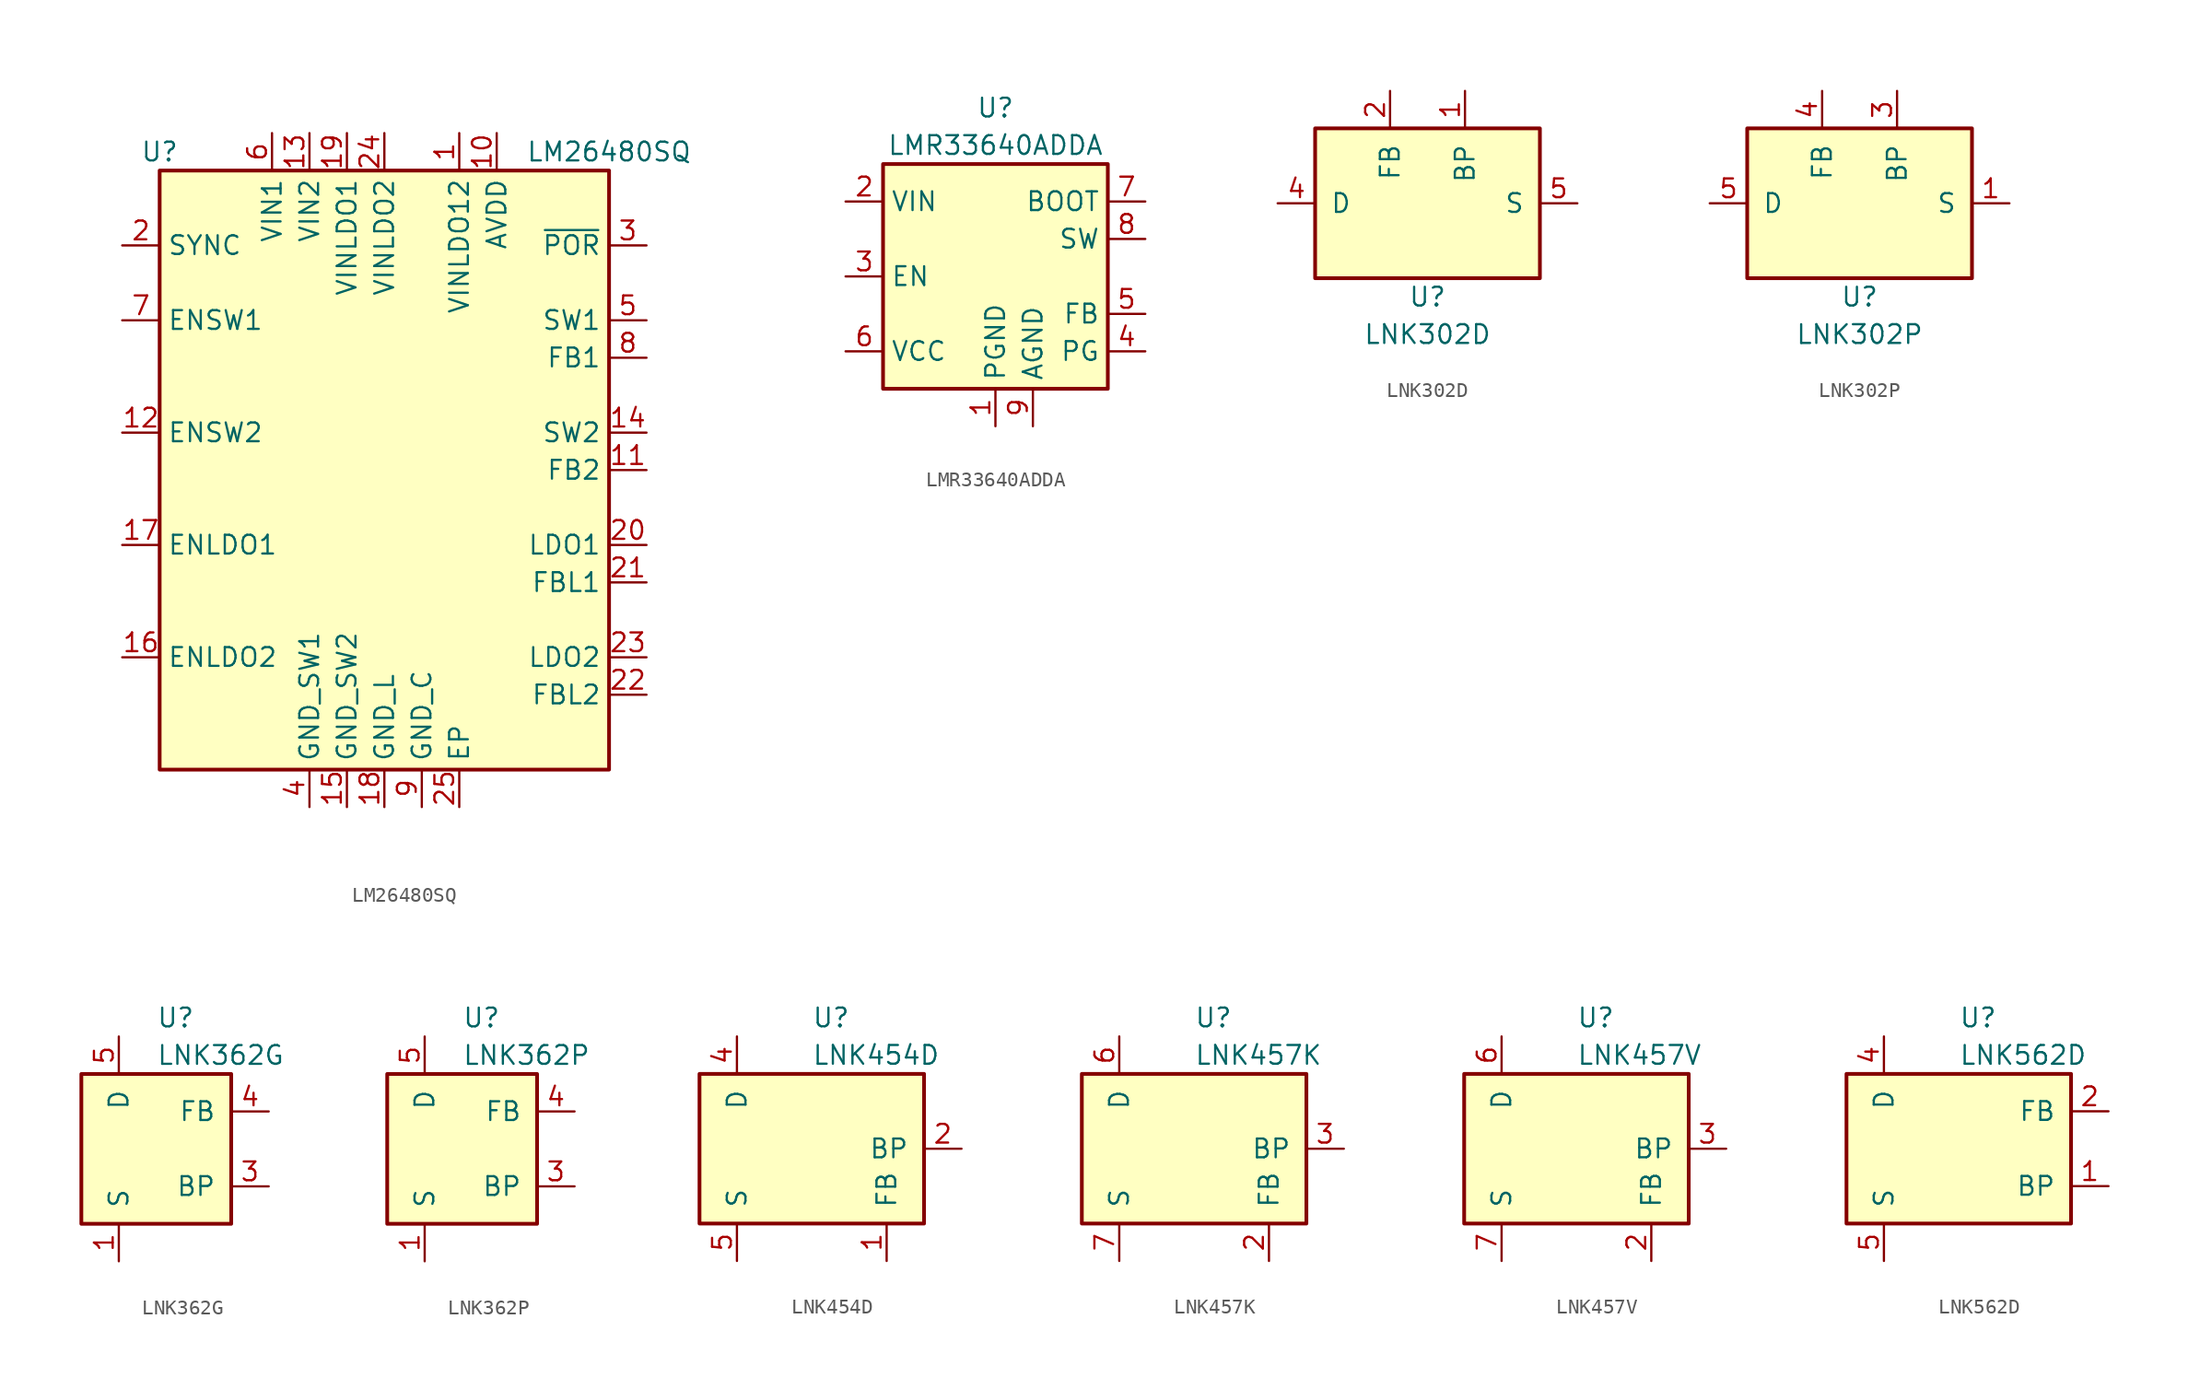
<source format=kicad_sym>
(kicad_symbol_lib
  (version 20201005)
  (generator kicad_symbol_editor)
  (symbol "LM26480SQ"
    (property "Reference" "U"
      (at -15.24 21.59 0)
      (effects (font (size 1.27 1.27))))
    (property "Value" "LM26480SQ"
      (at 15.24 21.59 0)
      (effects (font (size 1.27 1.27))))
    (symbol "LM26480SQ_0_1"
      (rectangle (start -15.24 -20.32) (end 15.24 20.32) (stroke (width 0.254)) (fill (type background))))
    (symbol "LM26480SQ_1_1"
      (pin power_in line (at 5.08 22.86 270) (length 2.54) (name "VINLDO12" (effects (font (size 1.27 1.27)))) (number "1" (effects (font (size 1.27 1.27)))))
      (pin power_in line (at 7.62 22.86 270) (length 2.54) (name "AVDD" (effects (font (size 1.27 1.27)))) (number "10" (effects (font (size 1.27 1.27)))))
      (pin input line (at 17.78 0 180) (length 2.54) (name "FB2" (effects (font (size 1.27 1.27)))) (number "11" (effects (font (size 1.27 1.27)))))
      (pin input line (at -17.78 2.54 0) (length 2.54) (name "ENSW2" (effects (font (size 1.27 1.27)))) (number "12" (effects (font (size 1.27 1.27)))))
      (pin power_in line (at -5.08 22.86 270) (length 2.54) (name "VIN2" (effects (font (size 1.27 1.27)))) (number "13" (effects (font (size 1.27 1.27)))))
      (pin power_out line (at 17.78 2.54 180) (length 2.54) (name "SW2" (effects (font (size 1.27 1.27)))) (number "14" (effects (font (size 1.27 1.27)))))
      (pin power_in line (at -2.54 -22.86 90) (length 2.54) (name "GND_SW2" (effects (font (size 1.27 1.27)))) (number "15" (effects (font (size 1.27 1.27)))))
      (pin input line (at -17.78 -12.7 0) (length 2.54) (name "ENLDO2" (effects (font (size 1.27 1.27)))) (number "16" (effects (font (size 1.27 1.27)))))
      (pin input line (at -17.78 -5.08 0) (length 2.54) (name "ENLDO1" (effects (font (size 1.27 1.27)))) (number "17" (effects (font (size 1.27 1.27)))))
      (pin power_in line (at 0 -22.86 90) (length 2.54) (name "GND_L" (effects (font (size 1.27 1.27)))) (number "18" (effects (font (size 1.27 1.27)))))
      (pin power_in line (at -2.54 22.86 270) (length 2.54) (name "VINLDO1" (effects (font (size 1.27 1.27)))) (number "19" (effects (font (size 1.27 1.27)))))
      (pin input line (at -17.78 15.24 0) (length 2.54) (name "SYNC" (effects (font (size 1.27 1.27)))) (number "2" (effects (font (size 1.27 1.27)))))
      (pin power_out line (at 17.78 -5.08 180) (length 2.54) (name "LDO1" (effects (font (size 1.27 1.27)))) (number "20" (effects (font (size 1.27 1.27)))))
      (pin input line (at 17.78 -7.62 180) (length 2.54) (name "FBL1" (effects (font (size 1.27 1.27)))) (number "21" (effects (font (size 1.27 1.27)))))
      (pin input line (at 17.78 -15.24 180) (length 2.54) (name "FBL2" (effects (font (size 1.27 1.27)))) (number "22" (effects (font (size 1.27 1.27)))))
      (pin power_out line (at 17.78 -12.7 180) (length 2.54) (name "LDO2" (effects (font (size 1.27 1.27)))) (number "23" (effects (font (size 1.27 1.27)))))
      (pin power_in line (at 0 22.86 270) (length 2.54) (name "VINLDO2" (effects (font (size 1.27 1.27)))) (number "24" (effects (font (size 1.27 1.27)))))
      (pin passive line (at 5.08 -22.86 90) (length 2.54) (name "EP" (effects (font (size 1.27 1.27)))) (number "25" (effects (font (size 1.27 1.27)))))
      (pin open_collector line (at 17.78 15.24 180) (length 2.54) (name "~POR" (effects (font (size 1.27 1.27)))) (number "3" (effects (font (size 1.27 1.27)))))
      (pin power_in line (at -5.08 -22.86 90) (length 2.54) (name "GND_SW1" (effects (font (size 1.27 1.27)))) (number "4" (effects (font (size 1.27 1.27)))))
      (pin power_out line (at 17.78 10.16 180) (length 2.54) (name "SW1" (effects (font (size 1.27 1.27)))) (number "5" (effects (font (size 1.27 1.27)))))
      (pin power_in line (at -7.62 22.86 270) (length 2.54) (name "VIN1" (effects (font (size 1.27 1.27)))) (number "6" (effects (font (size 1.27 1.27)))))
      (pin input line (at -17.78 10.16 0) (length 2.54) (name "ENSW1" (effects (font (size 1.27 1.27)))) (number "7" (effects (font (size 1.27 1.27)))))
      (pin input line (at 17.78 7.62 180) (length 2.54) (name "FB1" (effects (font (size 1.27 1.27)))) (number "8" (effects (font (size 1.27 1.27)))))
      (pin power_in line (at 2.54 -22.86 90) (length 2.54) (name "GND_C" (effects (font (size 1.27 1.27)))) (number "9" (effects (font (size 1.27 1.27)))))))
  (symbol "LMR33640ADDA"
    (property "Reference" "U"
      (at 0 11.43 0)
      (effects (font (size 1.27 1.27))))
    (property "Value" "LMR33640ADDA"
      (at 0 8.89 0)
      (effects (font (size 1.27 1.27))))
    (symbol "LMR33640ADDA_0_1"
      (rectangle (start -7.62 7.62) (end 7.62 -7.62) (stroke (width 0.254)) (fill (type background))))
    (symbol "LMR33640ADDA_1_1"
      (pin power_in line (at 0 -10.16 90) (length 2.54) (name "PGND" (effects (font (size 1.27 1.27)))) (number "1" (effects (font (size 1.27 1.27)))))
      (pin power_in line (at -10.16 5.08 0) (length 2.54) (name "VIN" (effects (font (size 1.27 1.27)))) (number "2" (effects (font (size 1.27 1.27)))))
      (pin input line (at -10.16 0 0) (length 2.54) (name "EN" (effects (font (size 1.27 1.27)))) (number "3" (effects (font (size 1.27 1.27)))))
      (pin open_collector line (at 10.16 -5.08 180) (length 2.54) (name "PG" (effects (font (size 1.27 1.27)))) (number "4" (effects (font (size 1.27 1.27)))))
      (pin input line (at 10.16 -2.54 180) (length 2.54) (name "FB" (effects (font (size 1.27 1.27)))) (number "5" (effects (font (size 1.27 1.27)))))
      (pin power_out line (at -10.16 -5.08 0) (length 2.54) (name "VCC" (effects (font (size 1.27 1.27)))) (number "6" (effects (font (size 1.27 1.27)))))
      (pin input line (at 10.16 5.08 180) (length 2.54) (name "BOOT" (effects (font (size 1.27 1.27)))) (number "7" (effects (font (size 1.27 1.27)))))
      (pin output line (at 10.16 2.54 180) (length 2.54) (name "SW" (effects (font (size 1.27 1.27)))) (number "8" (effects (font (size 1.27 1.27)))))
      (pin power_in line (at 2.54 -10.16 90) (length 2.54) (name "AGND" (effects (font (size 1.27 1.27)))) (number "9" (effects (font (size 1.27 1.27)))))))
  (symbol "LNK302D"
    (pin_names
      (offset 1.016))
    (property "Reference" "U"
      (at 0 -6.35 0)
      (effects (font (size 1.27 1.27))))
    (property "Value" "LNK302D"
      (at 0 -8.89 0)
      (effects (font (size 1.27 1.27))))
    (symbol "LNK302D_0_1"
      (rectangle (start -7.62 5.08) (end 7.62 -5.08) (stroke (width 0.254)) (fill (type background))))
    (symbol "LNK302D_1_1"
      (pin input line (at 2.54 7.62 270) (length 2.54) (name "BP" (effects (font (size 1.27 1.27)))) (number "1" (effects (font (size 1.27 1.27)))))
      (pin input line (at -2.54 7.62 270) (length 2.54) (name "FB" (effects (font (size 1.27 1.27)))) (number "2" (effects (font (size 1.27 1.27)))))
      (pin open_collector line (at -10.16 0 0) (length 2.54) (name "D" (effects (font (size 1.27 1.27)))) (number "4" (effects (font (size 1.27 1.27)))))
      (pin power_in line (at 10.16 0 180) (length 2.54) (name "S" (effects (font (size 1.27 1.27)))) (number "5" (effects (font (size 1.27 1.27)))))
      (pin passive line (at 10.16 0 180) (length 2.54) hide (name "S" (effects (font (size 1.27 1.27)))) (number "6" (effects (font (size 1.27 1.27)))))
      (pin passive line (at 10.16 0 180) (length 2.54) hide (name "S" (effects (font (size 1.27 1.27)))) (number "7" (effects (font (size 1.27 1.27)))))
      (pin passive line (at 10.16 0 180) (length 2.54) hide (name "S" (effects (font (size 1.27 1.27)))) (number "8" (effects (font (size 1.27 1.27)))))))
  (symbol "LNK302P"
    (pin_names
      (offset 1.016))
    (property "Reference" "U"
      (at 0 -6.35 0)
      (effects (font (size 1.27 1.27))))
    (property "Value" "LNK302P"
      (at 0 -8.89 0)
      (effects (font (size 1.27 1.27))))
    (symbol "LNK302P_0_1"
      (rectangle (start -7.62 5.08) (end 7.62 -5.08) (stroke (width 0.254)) (fill (type background))))
    (symbol "LNK302P_1_1"
      (pin power_in line (at 10.16 0 180) (length 2.54) (name "S" (effects (font (size 1.27 1.27)))) (number "1" (effects (font (size 1.27 1.27)))))
      (pin passive line (at 10.16 0 180) (length 2.54) hide (name "S" (effects (font (size 1.27 1.27)))) (number "2" (effects (font (size 1.27 1.27)))))
      (pin input line (at 2.54 7.62 270) (length 2.54) (name "BP" (effects (font (size 1.27 1.27)))) (number "3" (effects (font (size 1.27 1.27)))))
      (pin input line (at -2.54 7.62 270) (length 2.54) (name "FB" (effects (font (size 1.27 1.27)))) (number "4" (effects (font (size 1.27 1.27)))))
      (pin open_collector line (at -10.16 0 0) (length 2.54) (name "D" (effects (font (size 1.27 1.27)))) (number "5" (effects (font (size 1.27 1.27)))))
      (pin passive line (at 10.16 0 180) (length 2.54) hide (name "S" (effects (font (size 1.27 1.27)))) (number "7" (effects (font (size 1.27 1.27)))))
      (pin passive line (at 10.16 0 180) (length 2.54) hide (name "S" (effects (font (size 1.27 1.27)))) (number "8" (effects (font (size 1.27 1.27)))))))
  (symbol "LNK362G"
    (pin_names
      (offset 1.016))
    (property "Reference" "U"
      (at 0 8.89 0)
      (effects (font (size 1.27 1.27)) (justify left)))
    (property "Value" "LNK362G"
      (at 0 6.35 0)
      (effects (font (size 1.27 1.27)) (justify left)))
    (symbol "LNK362G_0_1"
      (rectangle (start -5.08 5.08) (end 5.08 -5.08) (stroke (width 0.254)) (fill (type background))))
    (symbol "LNK362G_1_1"
      (pin power_in line (at -2.54 -7.62 90) (length 2.54) (name "S" (effects (font (size 1.27 1.27)))) (number "1" (effects (font (size 1.27 1.27)))))
      (pin passive line (at -2.54 -7.62 90) (length 2.54) hide (name "S" (effects (font (size 1.27 1.27)))) (number "2" (effects (font (size 1.27 1.27)))))
      (pin input line (at 7.62 -2.54 180) (length 2.54) (name "BP" (effects (font (size 1.27 1.27)))) (number "3" (effects (font (size 1.27 1.27)))))
      (pin input line (at 7.62 2.54 180) (length 2.54) (name "FB" (effects (font (size 1.27 1.27)))) (number "4" (effects (font (size 1.27 1.27)))))
      (pin open_collector line (at -2.54 7.62 270) (length 2.54) (name "D" (effects (font (size 1.27 1.27)))) (number "5" (effects (font (size 1.27 1.27)))))
      (pin passive line (at -2.54 -7.62 90) (length 2.54) hide (name "S" (effects (font (size 1.27 1.27)))) (number "7" (effects (font (size 1.27 1.27)))))
      (pin passive line (at -2.54 -7.62 90) (length 2.54) hide (name "S" (effects (font (size 1.27 1.27)))) (number "8" (effects (font (size 1.27 1.27)))))))
  (symbol "LNK362P"
    (pin_names
      (offset 1.016))
    (property "Reference" "U"
      (at 0 8.89 0)
      (effects (font (size 1.27 1.27)) (justify left)))
    (property "Value" "LNK362P"
      (at 0 6.35 0)
      (effects (font (size 1.27 1.27)) (justify left)))
    (symbol "LNK362P_0_1"
      (rectangle (start -5.08 5.08) (end 5.08 -5.08) (stroke (width 0.254)) (fill (type background))))
    (symbol "LNK362P_1_1"
      (pin power_in line (at -2.54 -7.62 90) (length 2.54) (name "S" (effects (font (size 1.27 1.27)))) (number "1" (effects (font (size 1.27 1.27)))))
      (pin passive line (at -2.54 -7.62 90) (length 2.54) hide (name "S" (effects (font (size 1.27 1.27)))) (number "2" (effects (font (size 1.27 1.27)))))
      (pin input line (at 7.62 -2.54 180) (length 2.54) (name "BP" (effects (font (size 1.27 1.27)))) (number "3" (effects (font (size 1.27 1.27)))))
      (pin input line (at 7.62 2.54 180) (length 2.54) (name "FB" (effects (font (size 1.27 1.27)))) (number "4" (effects (font (size 1.27 1.27)))))
      (pin open_collector line (at -2.54 7.62 270) (length 2.54) (name "D" (effects (font (size 1.27 1.27)))) (number "5" (effects (font (size 1.27 1.27)))))
      (pin passive line (at -2.54 -7.62 90) (length 2.54) hide (name "S" (effects (font (size 1.27 1.27)))) (number "7" (effects (font (size 1.27 1.27)))))
      (pin passive line (at -2.54 -7.62 90) (length 2.54) hide (name "S" (effects (font (size 1.27 1.27)))) (number "8" (effects (font (size 1.27 1.27)))))))
  (symbol "LNK454D"
    (pin_names
      (offset 1.016))
    (property "Reference" "U"
      (at 0 8.89 0)
      (effects (font (size 1.27 1.27)) (justify left)))
    (property "Value" "LNK454D"
      (at 0 6.35 0)
      (effects (font (size 1.27 1.27)) (justify left)))
    (symbol "LNK454D_0_1"
      (rectangle (start -7.62 5.08) (end 7.62 -5.08) (stroke (width 0.254)) (fill (type background))))
    (symbol "LNK454D_1_1"
      (pin input line (at 5.08 -7.62 90) (length 2.54) (name "FB" (effects (font (size 1.27 1.27)))) (number "1" (effects (font (size 1.27 1.27)))))
      (pin input line (at 10.16 0 180) (length 2.54) (name "BP" (effects (font (size 1.27 1.27)))) (number "2" (effects (font (size 1.27 1.27)))))
      (pin open_collector line (at -5.08 7.62 270) (length 2.54) (name "D" (effects (font (size 1.27 1.27)))) (number "4" (effects (font (size 1.27 1.27)))))
      (pin power_in line (at -5.08 -7.62 90) (length 2.54) (name "S" (effects (font (size 1.27 1.27)))) (number "5" (effects (font (size 1.27 1.27)))))
      (pin passive line (at -5.08 -7.62 90) (length 2.54) hide (name "S" (effects (font (size 1.27 1.27)))) (number "6" (effects (font (size 1.27 1.27)))))
      (pin passive line (at -5.08 -7.62 90) (length 2.54) hide (name "S" (effects (font (size 1.27 1.27)))) (number "7" (effects (font (size 1.27 1.27)))))
      (pin passive line (at -5.08 -7.62 90) (length 2.54) hide (name "S" (effects (font (size 1.27 1.27)))) (number "8" (effects (font (size 1.27 1.27)))))))
  (symbol "LNK457K"
    (pin_names
      (offset 1.016))
    (property "Reference" "U"
      (at 0 8.89 0)
      (effects (font (size 1.27 1.27)) (justify left)))
    (property "Value" "LNK457K"
      (at 0 6.35 0)
      (effects (font (size 1.27 1.27)) (justify left)))
    (symbol "LNK457K_0_1"
      (rectangle (start -7.62 5.08) (end 7.62 -5.08) (stroke (width 0.254)) (fill (type background))))
    (symbol "LNK457K_1_1"
      (pin no_connect line (at -2.54 5.08 270) (length 2.54) hide (name "NC" (effects (font (size 1.27 1.27)))) (number "1" (effects (font (size 1.27 1.27)))))
      (pin passive line (at -5.08 -7.62 90) (length 2.54) hide (name "S" (effects (font (size 1.27 1.27)))) (number "10" (effects (font (size 1.27 1.27)))))
      (pin passive line (at -5.08 -7.62 90) (length 2.54) hide (name "S" (effects (font (size 1.27 1.27)))) (number "11" (effects (font (size 1.27 1.27)))))
      (pin passive line (at -5.08 -7.62 90) (length 2.54) hide (name "S" (effects (font (size 1.27 1.27)))) (number "12" (effects (font (size 1.27 1.27)))))
      (pin passive line (at -5.08 -7.62 90) (length 2.54) hide (name "S" (effects (font (size 1.27 1.27)))) (number "13" (effects (font (size 1.27 1.27)))))
      (pin input line (at 5.08 -7.62 90) (length 2.54) (name "FB" (effects (font (size 1.27 1.27)))) (number "2" (effects (font (size 1.27 1.27)))))
      (pin input line (at 10.16 0 180) (length 2.54) (name "BP" (effects (font (size 1.27 1.27)))) (number "3" (effects (font (size 1.27 1.27)))))
      (pin no_connect line (at 0 5.08 270) (length 2.54) hide (name "NC" (effects (font (size 1.27 1.27)))) (number "4" (effects (font (size 1.27 1.27)))))
      (pin open_collector line (at -5.08 7.62 270) (length 2.54) (name "D" (effects (font (size 1.27 1.27)))) (number "6" (effects (font (size 1.27 1.27)))))
      (pin power_in line (at -5.08 -7.62 90) (length 2.54) (name "S" (effects (font (size 1.27 1.27)))) (number "7" (effects (font (size 1.27 1.27)))))
      (pin passive line (at -5.08 -7.62 90) (length 2.54) hide (name "S" (effects (font (size 1.27 1.27)))) (number "8" (effects (font (size 1.27 1.27)))))
      (pin passive line (at -5.08 -7.62 90) (length 2.54) hide (name "S" (effects (font (size 1.27 1.27)))) (number "9" (effects (font (size 1.27 1.27)))))))
  (symbol "LNK457V"
    (pin_names
      (offset 1.016))
    (property "Reference" "U"
      (at 0 8.89 0)
      (effects (font (size 1.27 1.27)) (justify left)))
    (property "Value" "LNK457V"
      (at 0 6.35 0)
      (effects (font (size 1.27 1.27)) (justify left)))
    (symbol "LNK457V_0_1"
      (rectangle (start -7.62 5.08) (end 7.62 -5.08) (stroke (width 0.254)) (fill (type background))))
    (symbol "LNK457V_1_1"
      (pin no_connect line (at -2.54 5.08 270) (length 2.54) hide (name "NC" (effects (font (size 1.27 1.27)))) (number "1" (effects (font (size 1.27 1.27)))))
      (pin passive line (at -5.08 -7.62 90) (length 2.54) hide (name "S" (effects (font (size 1.27 1.27)))) (number "10" (effects (font (size 1.27 1.27)))))
      (pin passive line (at -5.08 -7.62 90) (length 2.54) hide (name "S" (effects (font (size 1.27 1.27)))) (number "11" (effects (font (size 1.27 1.27)))))
      (pin passive line (at -5.08 -7.62 90) (length 2.54) hide (name "S" (effects (font (size 1.27 1.27)))) (number "12" (effects (font (size 1.27 1.27)))))
      (pin input line (at 5.08 -7.62 90) (length 2.54) (name "FB" (effects (font (size 1.27 1.27)))) (number "2" (effects (font (size 1.27 1.27)))))
      (pin input line (at 10.16 0 180) (length 2.54) (name "BP" (effects (font (size 1.27 1.27)))) (number "3" (effects (font (size 1.27 1.27)))))
      (pin no_connect line (at 0 5.08 270) (length 2.54) hide (name "NC" (effects (font (size 1.27 1.27)))) (number "4" (effects (font (size 1.27 1.27)))))
      (pin open_collector line (at -5.08 7.62 270) (length 2.54) (name "D" (effects (font (size 1.27 1.27)))) (number "6" (effects (font (size 1.27 1.27)))))
      (pin power_in line (at -5.08 -7.62 90) (length 2.54) (name "S" (effects (font (size 1.27 1.27)))) (number "7" (effects (font (size 1.27 1.27)))))
      (pin passive line (at -5.08 -7.62 90) (length 2.54) hide (name "S" (effects (font (size 1.27 1.27)))) (number "8" (effects (font (size 1.27 1.27)))))
      (pin passive line (at -5.08 -7.62 90) (length 2.54) hide (name "S" (effects (font (size 1.27 1.27)))) (number "9" (effects (font (size 1.27 1.27)))))))
  (symbol "LNK562D"
    (pin_names
      (offset 1.016))
    (property "Reference" "U"
      (at 0 8.89 0)
      (effects (font (size 1.27 1.27)) (justify left)))
    (property "Value" "LNK562D"
      (at 0 6.35 0)
      (effects (font (size 1.27 1.27)) (justify left)))
    (symbol "LNK562D_0_1"
      (rectangle (start -7.62 5.08) (end 7.62 -5.08) (stroke (width 0.254)) (fill (type background))))
    (symbol "LNK562D_1_1"
      (pin input line (at 10.16 -2.54 180) (length 2.54) (name "BP" (effects (font (size 1.27 1.27)))) (number "1" (effects (font (size 1.27 1.27)))))
      (pin input line (at 10.16 2.54 180) (length 2.54) (name "FB" (effects (font (size 1.27 1.27)))) (number "2" (effects (font (size 1.27 1.27)))))
      (pin open_collector line (at -5.08 7.62 270) (length 2.54) (name "D" (effects (font (size 1.27 1.27)))) (number "4" (effects (font (size 1.27 1.27)))))
      (pin power_in line (at -5.08 -7.62 90) (length 2.54) (name "S" (effects (font (size 1.27 1.27)))) (number "5" (effects (font (size 1.27 1.27)))))
      (pin passive line (at -5.08 -7.62 90) (length 2.54) hide (name "S" (effects (font (size 1.27 1.27)))) (number "6" (effects (font (size 1.27 1.27)))))
      (pin passive line (at -5.08 -7.62 90) (length 2.54) hide (name "S" (effects (font (size 1.27 1.27)))) (number "7" (effects (font (size 1.27 1.27)))))
      (pin passive line (at -5.08 -7.62 90) (length 2.54) hide (name "S" (effects (font (size 1.27 1.27)))) (number "8" (effects (font (size 1.27 1.27))))))))
</source>
